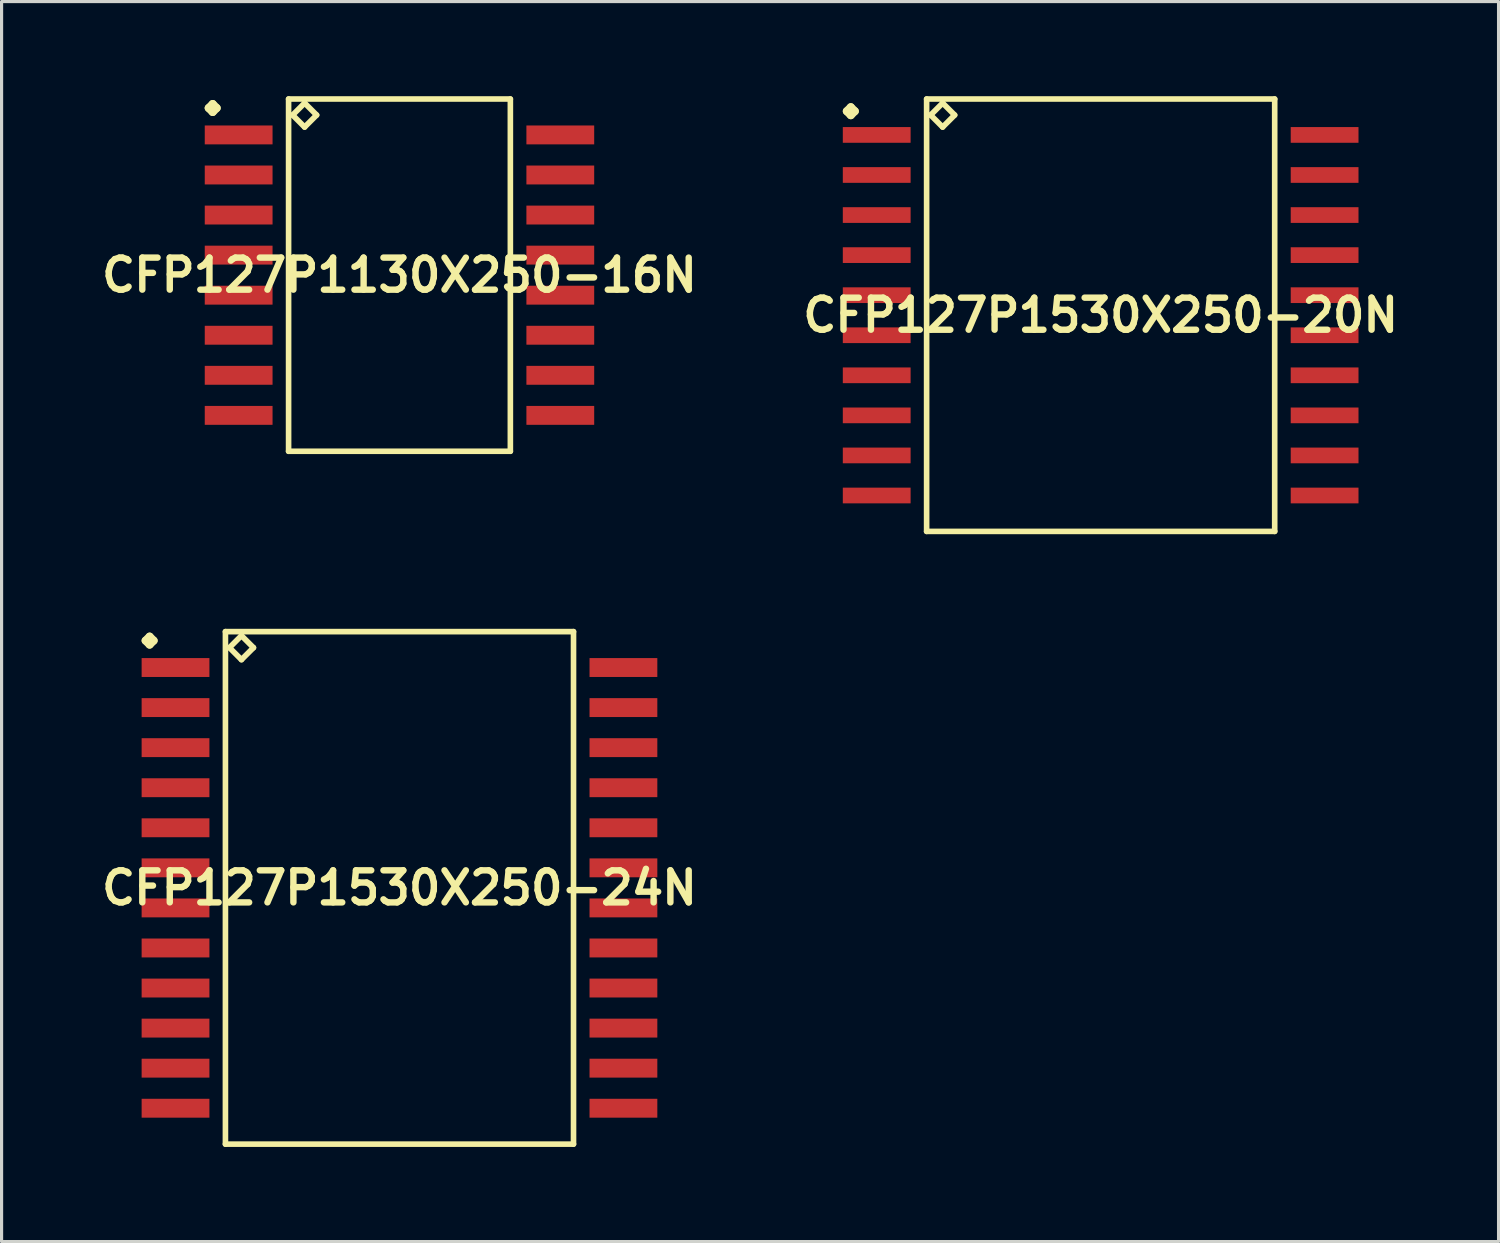
<source format=kicad_pcb>
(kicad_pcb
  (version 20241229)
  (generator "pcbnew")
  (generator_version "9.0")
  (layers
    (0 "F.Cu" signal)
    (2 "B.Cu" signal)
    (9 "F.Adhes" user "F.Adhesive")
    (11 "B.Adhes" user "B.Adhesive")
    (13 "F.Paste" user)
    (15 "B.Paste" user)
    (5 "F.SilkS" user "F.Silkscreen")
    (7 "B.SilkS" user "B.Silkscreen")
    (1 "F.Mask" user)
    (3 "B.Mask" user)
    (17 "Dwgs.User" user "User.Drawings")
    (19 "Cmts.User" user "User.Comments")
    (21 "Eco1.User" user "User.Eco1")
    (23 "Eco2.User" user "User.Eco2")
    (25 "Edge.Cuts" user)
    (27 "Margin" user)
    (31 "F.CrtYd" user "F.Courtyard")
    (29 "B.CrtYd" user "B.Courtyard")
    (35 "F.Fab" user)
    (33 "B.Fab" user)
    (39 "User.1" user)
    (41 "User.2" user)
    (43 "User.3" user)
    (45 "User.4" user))
  (footprint "CFP127P1530X250-24N"
    (layer "F.Cu")
    (at 9.613 25.095)
    (property "Reference" "CFP127P1530X250-24N" (at 0 0 0) (layer "F.SilkS") (effects (font (size 1.016 1.016) (thickness 0.203))))
    (attr smd)
    (fp_line (start -8.047 -7.838) (end -7.92 -7.965) (stroke (width 0.254) (type solid)) (layer "F.SilkS"))
    (fp_line (start -7.92 -7.965) (end -7.793 -7.838) (stroke (width 0.254) (type solid)) (layer "F.SilkS"))
    (fp_line (start -7.92 -7.711) (end -8.047 -7.838) (stroke (width 0.254) (type solid)) (layer "F.SilkS"))
    (fp_line (start -7.793 -7.838) (end -7.92 -7.711) (stroke (width 0.254) (type solid)) (layer "F.SilkS"))
    (fp_line (start -5.517 -8.123) (end -5.517 8.123) (stroke (width 0.178) (type solid)) (layer "F.SilkS"))
    (fp_line (start -5.517 8.123) (end 5.517 8.123) (stroke (width 0.178) (type solid)) (layer "F.SilkS"))
    (fp_line (start -5.39 -7.615) (end -5.009 -7.996) (stroke (width 0.178) (type solid)) (layer "F.SilkS"))
    (fp_line (start -5.009 -7.996) (end -4.628 -7.615) (stroke (width 0.178) (type solid)) (layer "F.SilkS"))
    (fp_line (start -5.009 -7.234) (end -5.39 -7.615) (stroke (width 0.178) (type solid)) (layer "F.SilkS"))
    (fp_line (start -4.628 -7.615) (end -5.009 -7.234) (stroke (width 0.178) (type solid)) (layer "F.SilkS"))
    (fp_line (start 5.517 -8.123) (end -5.517 -8.123) (stroke (width 0.178) (type solid)) (layer "F.SilkS"))
    (fp_line (start 5.517 8.123) (end 5.517 -8.123) (stroke (width 0.178) (type solid)) (layer "F.SilkS"))
    (pad "1" smd rect (at -7.099 -6.985) (size 2.149 0.599) (layers "F.Cu" "F.Mask" "F.Paste"))
    (pad "2" smd rect (at -7.099 -5.715) (size 2.149 0.599) (layers "F.Cu" "F.Mask" "F.Paste"))
    (pad "3" smd rect (at -7.099 -4.445) (size 2.149 0.599) (layers "F.Cu" "F.Mask" "F.Paste"))
    (pad "4" smd rect (at -7.099 -3.175) (size 2.149 0.599) (layers "F.Cu" "F.Mask" "F.Paste"))
    (pad "5" smd rect (at -7.099 -1.905) (size 2.149 0.599) (layers "F.Cu" "F.Mask" "F.Paste"))
    (pad "6" smd rect (at -7.099 -0.635) (size 2.149 0.599) (layers "F.Cu" "F.Mask" "F.Paste"))
    (pad "7" smd rect (at -7.099 0.635) (size 2.149 0.599) (layers "F.Cu" "F.Mask" "F.Paste"))
    (pad "8" smd rect (at -7.099 1.905) (size 2.149 0.599) (layers "F.Cu" "F.Mask" "F.Paste"))
    (pad "9" smd rect (at -7.099 3.175) (size 2.149 0.599) (layers "F.Cu" "F.Mask" "F.Paste"))
    (pad "10" smd rect (at -7.099 4.445) (size 2.149 0.599) (layers "F.Cu" "F.Mask" "F.Paste"))
    (pad "11" smd rect (at -7.099 5.715) (size 2.149 0.599) (layers "F.Cu" "F.Mask" "F.Paste"))
    (pad "12" smd rect (at -7.099 6.985) (size 2.149 0.599) (layers "F.Cu" "F.Mask" "F.Paste"))
    (pad "13" smd rect (at 7.099 6.985) (size 2.149 0.599) (layers "F.Cu" "F.Mask" "F.Paste"))
    (pad "14" smd rect (at 7.099 5.715) (size 2.149 0.599) (layers "F.Cu" "F.Mask" "F.Paste"))
    (pad "15" smd rect (at 7.099 4.445) (size 2.149 0.599) (layers "F.Cu" "F.Mask" "F.Paste"))
    (pad "16" smd rect (at 7.099 3.175) (size 2.149 0.599) (layers "F.Cu" "F.Mask" "F.Paste"))
    (pad "17" smd rect (at 7.099 1.905) (size 2.149 0.599) (layers "F.Cu" "F.Mask" "F.Paste"))
    (pad "18" smd rect (at 7.099 0.635) (size 2.149 0.599) (layers "F.Cu" "F.Mask" "F.Paste"))
    (pad "19" smd rect (at 7.099 -0.635) (size 2.149 0.599) (layers "F.Cu" "F.Mask" "F.Paste"))
    (pad "20" smd rect (at 7.099 -1.905) (size 2.149 0.599) (layers "F.Cu" "F.Mask" "F.Paste"))
    (pad "21" smd rect (at 7.099 -3.175) (size 2.149 0.599) (layers "F.Cu" "F.Mask" "F.Paste"))
    (pad "22" smd rect (at 7.099 -4.445) (size 2.149 0.599) (layers "F.Cu" "F.Mask" "F.Paste"))
    (pad "23" smd rect (at 7.099 -5.715) (size 2.149 0.599) (layers "F.Cu" "F.Mask" "F.Paste"))
    (pad "24" smd rect (at 7.099 -6.985) (size 2.149 0.599) (layers "F.Cu" "F.Mask" "F.Paste")))
  (footprint "CFP127P1130X250-16N"
    (layer "F.Cu")
    (at 9.613 5.672)
    (property "Reference" "CFP127P1130X250-16N" (at 0 0 0) (layer "F.SilkS") (effects (font (size 1.016 1.016) (thickness 0.203))))
    (attr smd)
    (fp_line (start -6.048 -5.298) (end -5.921 -5.425) (stroke (width 0.254) (type solid)) (layer "F.SilkS"))
    (fp_line (start -5.921 -5.425) (end -5.794 -5.298) (stroke (width 0.254) (type solid)) (layer "F.SilkS"))
    (fp_line (start -5.921 -5.171) (end -6.048 -5.298) (stroke (width 0.254) (type solid)) (layer "F.SilkS"))
    (fp_line (start -5.794 -5.298) (end -5.921 -5.171) (stroke (width 0.254) (type solid)) (layer "F.SilkS"))
    (fp_line (start -3.515 -5.583) (end -3.515 5.583) (stroke (width 0.178) (type solid)) (layer "F.SilkS"))
    (fp_line (start -3.515 5.583) (end 3.515 5.583) (stroke (width 0.178) (type solid)) (layer "F.SilkS"))
    (fp_line (start -3.388 -5.075) (end -3.007 -5.456) (stroke (width 0.178) (type solid)) (layer "F.SilkS"))
    (fp_line (start -3.007 -5.456) (end -2.626 -5.075) (stroke (width 0.178) (type solid)) (layer "F.SilkS"))
    (fp_line (start -3.007 -4.694) (end -3.388 -5.075) (stroke (width 0.178) (type solid)) (layer "F.SilkS"))
    (fp_line (start -2.626 -5.075) (end -3.007 -4.694) (stroke (width 0.178) (type solid)) (layer "F.SilkS"))
    (fp_line (start 3.515 -5.583) (end -3.515 -5.583) (stroke (width 0.178) (type solid)) (layer "F.SilkS"))
    (fp_line (start 3.515 5.583) (end 3.515 -5.583) (stroke (width 0.178) (type solid)) (layer "F.SilkS"))
    (pad "1" smd rect (at -5.098 -4.445) (size 2.149 0.599) (layers "F.Cu" "F.Mask" "F.Paste"))
    (pad "2" smd rect (at -5.098 -3.175) (size 2.149 0.599) (layers "F.Cu" "F.Mask" "F.Paste"))
    (pad "3" smd rect (at -5.098 -1.905) (size 2.149 0.599) (layers "F.Cu" "F.Mask" "F.Paste"))
    (pad "4" smd rect (at -5.098 -0.635) (size 2.149 0.599) (layers "F.Cu" "F.Mask" "F.Paste"))
    (pad "5" smd rect (at -5.098 0.635) (size 2.149 0.599) (layers "F.Cu" "F.Mask" "F.Paste"))
    (pad "6" smd rect (at -5.098 1.905) (size 2.149 0.599) (layers "F.Cu" "F.Mask" "F.Paste"))
    (pad "7" smd rect (at -5.098 3.175) (size 2.149 0.599) (layers "F.Cu" "F.Mask" "F.Paste"))
    (pad "8" smd rect (at -5.098 4.445) (size 2.149 0.599) (layers "F.Cu" "F.Mask" "F.Paste"))
    (pad "9" smd rect (at 5.098 4.445) (size 2.149 0.599) (layers "F.Cu" "F.Mask" "F.Paste"))
    (pad "10" smd rect (at 5.098 3.175) (size 2.149 0.599) (layers "F.Cu" "F.Mask" "F.Paste"))
    (pad "11" smd rect (at 5.098 1.905) (size 2.149 0.599) (layers "F.Cu" "F.Mask" "F.Paste"))
    (pad "12" smd rect (at 5.098 0.635) (size 2.149 0.599) (layers "F.Cu" "F.Mask" "F.Paste"))
    (pad "13" smd rect (at 5.098 -0.635) (size 2.149 0.599) (layers "F.Cu" "F.Mask" "F.Paste"))
    (pad "14" smd rect (at 5.098 -1.905) (size 2.149 0.599) (layers "F.Cu" "F.Mask" "F.Paste"))
    (pad "15" smd rect (at 5.098 -3.175) (size 2.149 0.599) (layers "F.Cu" "F.Mask" "F.Paste"))
    (pad "16" smd rect (at 5.098 -4.445) (size 2.149 0.599) (layers "F.Cu" "F.Mask" "F.Paste")))
  (footprint "CFP127P1530X250-20N"
    (layer "F.Cu")
    (at 31.84 6.942)
    (property "Reference" "CFP127P1530X250-20N" (at 0 0 0) (layer "F.SilkS") (effects (font (size 1.016 1.016) (thickness 0.203))))
    (attr smd)
    (fp_line (start -8.047 -6.467) (end -7.92 -6.594) (stroke (width 0.254) (type solid)) (layer "F.SilkS"))
    (fp_line (start -7.92 -6.594) (end -7.793 -6.467) (stroke (width 0.254) (type solid)) (layer "F.SilkS"))
    (fp_line (start -7.92 -6.34) (end -8.047 -6.467) (stroke (width 0.254) (type solid)) (layer "F.SilkS"))
    (fp_line (start -7.793 -6.467) (end -7.92 -6.34) (stroke (width 0.254) (type solid)) (layer "F.SilkS"))
    (fp_line (start -5.517 -6.853) (end -5.517 6.853) (stroke (width 0.178) (type solid)) (layer "F.SilkS"))
    (fp_line (start -5.517 6.853) (end 5.517 6.853) (stroke (width 0.178) (type solid)) (layer "F.SilkS"))
    (fp_line (start -5.39 -6.345) (end -5.009 -6.726) (stroke (width 0.178) (type solid)) (layer "F.SilkS"))
    (fp_line (start -5.009 -6.726) (end -4.628 -6.345) (stroke (width 0.178) (type solid)) (layer "F.SilkS"))
    (fp_line (start -5.009 -5.964) (end -5.39 -6.345) (stroke (width 0.178) (type solid)) (layer "F.SilkS"))
    (fp_line (start -4.628 -6.345) (end -5.009 -5.964) (stroke (width 0.178) (type solid)) (layer "F.SilkS"))
    (fp_line (start 5.517 -6.853) (end -5.517 -6.853) (stroke (width 0.178) (type solid)) (layer "F.SilkS"))
    (fp_line (start 5.517 6.853) (end 5.517 -6.853) (stroke (width 0.178) (type solid)) (layer "F.SilkS"))
    (pad "1" smd rect (at -7.099 -5.715) (size 2.149 0.498) (layers "F.Cu" "F.Mask" "F.Paste"))
    (pad "2" smd rect (at -7.099 -4.445) (size 2.149 0.498) (layers "F.Cu" "F.Mask" "F.Paste"))
    (pad "3" smd rect (at -7.099 -3.175) (size 2.149 0.498) (layers "F.Cu" "F.Mask" "F.Paste"))
    (pad "4" smd rect (at -7.099 -1.905) (size 2.149 0.498) (layers "F.Cu" "F.Mask" "F.Paste"))
    (pad "5" smd rect (at -7.099 -0.635) (size 2.149 0.498) (layers "F.Cu" "F.Mask" "F.Paste"))
    (pad "6" smd rect (at -7.099 0.635) (size 2.149 0.498) (layers "F.Cu" "F.Mask" "F.Paste"))
    (pad "7" smd rect (at -7.099 1.905) (size 2.149 0.498) (layers "F.Cu" "F.Mask" "F.Paste"))
    (pad "8" smd rect (at -7.099 3.175) (size 2.149 0.498) (layers "F.Cu" "F.Mask" "F.Paste"))
    (pad "9" smd rect (at -7.099 4.445) (size 2.149 0.498) (layers "F.Cu" "F.Mask" "F.Paste"))
    (pad "10" smd rect (at -7.099 5.715) (size 2.149 0.498) (layers "F.Cu" "F.Mask" "F.Paste"))
    (pad "11" smd rect (at 7.099 5.715) (size 2.149 0.498) (layers "F.Cu" "F.Mask" "F.Paste"))
    (pad "12" smd rect (at 7.099 4.445) (size 2.149 0.498) (layers "F.Cu" "F.Mask" "F.Paste"))
    (pad "13" smd rect (at 7.099 3.175) (size 2.149 0.498) (layers "F.Cu" "F.Mask" "F.Paste"))
    (pad "14" smd rect (at 7.099 1.905) (size 2.149 0.498) (layers "F.Cu" "F.Mask" "F.Paste"))
    (pad "15" smd rect (at 7.099 0.635) (size 2.149 0.498) (layers "F.Cu" "F.Mask" "F.Paste"))
    (pad "16" smd rect (at 7.099 -0.635) (size 2.149 0.498) (layers "F.Cu" "F.Mask" "F.Paste"))
    (pad "17" smd rect (at 7.099 -1.905) (size 2.149 0.498) (layers "F.Cu" "F.Mask" "F.Paste"))
    (pad "18" smd rect (at 7.099 -3.175) (size 2.149 0.498) (layers "F.Cu" "F.Mask" "F.Paste"))
    (pad "19" smd rect (at 7.099 -4.445) (size 2.149 0.498) (layers "F.Cu" "F.Mask" "F.Paste"))
    (pad "20" smd rect (at 7.099 -5.715) (size 2.149 0.498) (layers "F.Cu" "F.Mask" "F.Paste")))
  (gr_rect
    (start -3 -3)
    (end 44.453 36.307)
    (stroke (width 0.1) (type default))
    (fill no)
    (layer "Edge.Cuts")))
</source>
